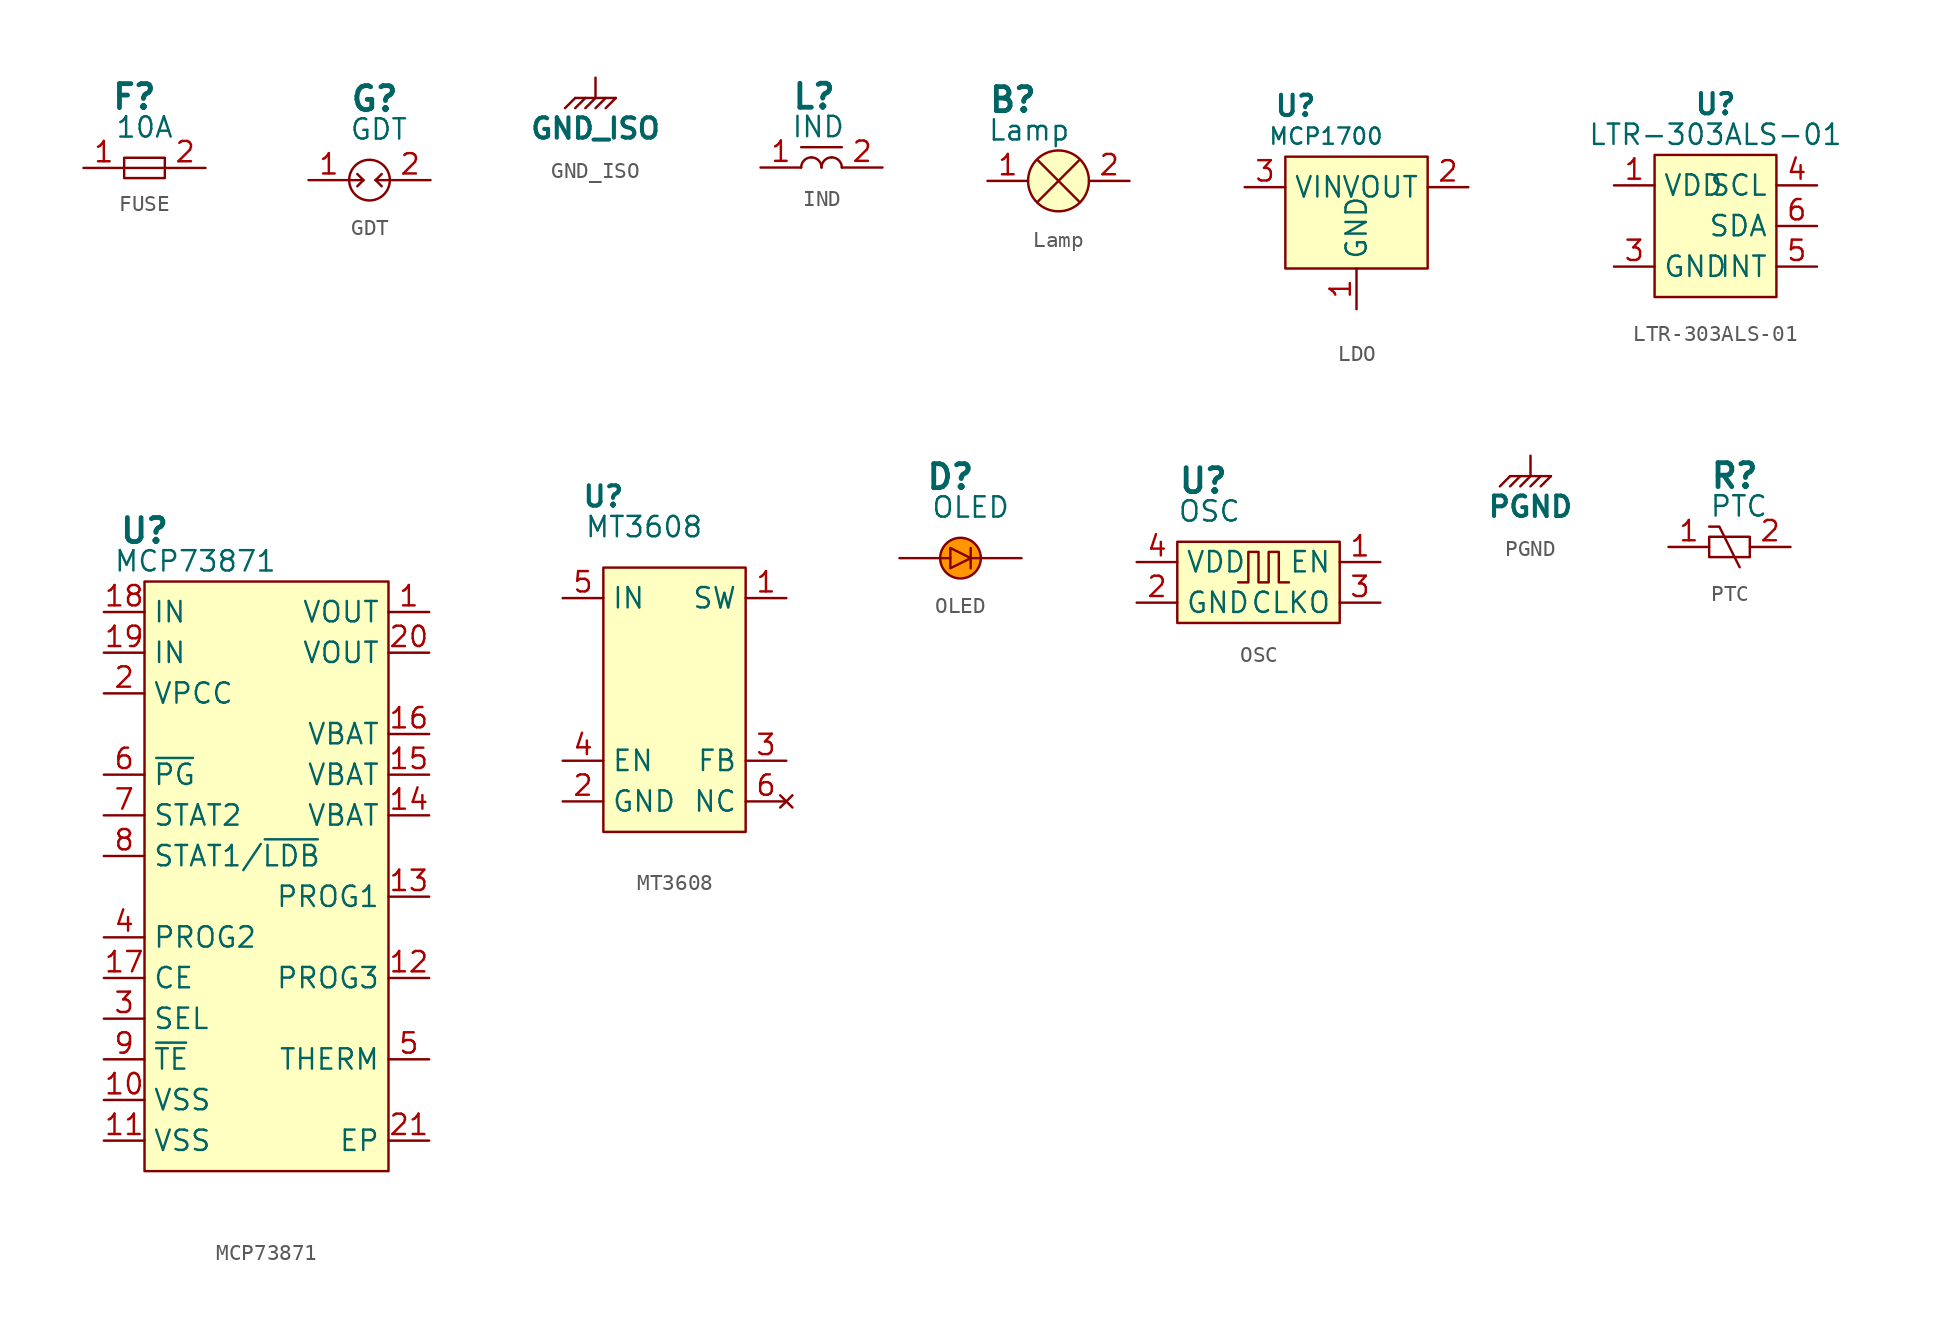
<source format=kicad_sym>
(kicad_symbol_lib
  (version 20231120)
  (generator "kicad_symbol_editor")
  (generator_version "8.0")
  (symbol "FUSE"
    (pin_names hide)
    (property "Reference" "F"
      (at 0 1.905 0)
      (effects (font (size 1.5 1.5) (bold yes))))
    (property "Value" "10A"
      (at 0.635 0 0)
      (effects (font (size 1.27 1.27))))
    (symbol "FUSE_0_1"
      (rectangle (start -0.635 -1.905) (end 1.905 -3.175) (stroke (width 0) (type default)) (fill (type none)))
      (polyline (pts (xy 1.905 -2.54) (xy -0.635 -2.54)) (stroke (width 0) (type default)) (fill (type none))))
    (symbol "FUSE_1_1"
      (pin bidirectional line (at -3.175 -2.54 0) (length 2.54) (name "1" (effects (font (size 1.27 1.27)))) (number "1" (effects (font (size 1.27 1.27)))))
      (pin bidirectional line (at 4.445 -2.54 180) (length 2.54) (name "2" (effects (font (size 1.27 1.27)))) (number "2" (effects (font (size 1.27 1.27)))))))
  (symbol "GDT"
    (pin_names hide)
    (property "Reference" "G"
      (at 0 0 0)
      (effects (font (size 1.5 1.5) (bold yes)) (justify left)))
    (property "Value" "GDT"
      (at 0 -1.905 0)
      (effects (font (size 1.27 1.27)) (justify left)))
    (symbol "GDT_0_1"
      (polyline (pts (xy 0 -5.08) (xy 0.889 -5.08)) (stroke (width 0) (type default)) (fill (type none)))
      (polyline (pts (xy 0.889 -5.08) (xy 0.508 -5.461)) (stroke (width 0) (type default)) (fill (type none)))
      (polyline (pts (xy 0.889 -5.08) (xy 0.508 -4.699)) (stroke (width 0) (type default)) (fill (type none)))
      (polyline (pts (xy 1.651 -5.08) (xy 2.032 -4.699)) (stroke (width 0) (type default)) (fill (type none)))
      (polyline (pts (xy 2.032 -5.461) (xy 1.651 -5.08)) (stroke (width 0) (type default)) (fill (type none)))
      (polyline (pts (xy 2.54 -5.08) (xy 1.651 -5.08)) (stroke (width 0) (type default)) (fill (type none))))
    (symbol "GDT_1_1"
      (circle (center 1.27 -5.08) (radius 1.27) (stroke (width 0) (type default)) (fill (type none)))
      (pin passive line (at -2.54 -5.08 0) (length 2.54) (name "1" (effects (font (size 1.27 1.27)))) (number "1" (effects (font (size 1.27 1.27)))))
      (pin passive line (at 5.08 -5.08 180) (length 2.54) (name "2" (effects (font (size 1.27 1.27)))) (number "2" (effects (font (size 1.27 1.27)))))))
  (symbol "GND_ISO"
    (power)
    (pin_names
      (offset 0))
    (property "Reference" "#PWR"
      (at 0 6.35 0)
      (effects (font (size 1.27 1.27)) (hide yes)))
    (property "Value" "GND_ISO"
      (at 0 5.715 0)
      (effects (font (size 1.27 1.27) (bold yes))))
    (symbol "GND_ISO_0_1"
      (polyline (pts (xy -1.27 7.62) (xy -1.905 6.985)) (stroke (width 0) (type default)) (fill (type none)))
      (polyline (pts (xy -1.27 7.62) (xy 1.27 7.62)) (stroke (width 0) (type solid)) (fill (type none)))
      (polyline (pts (xy -0.635 7.62) (xy -1.27 6.985)) (stroke (width 0) (type default)) (fill (type none)))
      (polyline (pts (xy 0 7.62) (xy -0.635 6.985)) (stroke (width 0) (type default)) (fill (type none)))
      (polyline (pts (xy 0 8.89) (xy 0 7.62)) (stroke (width 0) (type solid)) (fill (type none)))
      (polyline (pts (xy 0.635 7.62) (xy 0 6.985)) (stroke (width 0) (type default)) (fill (type none)))
      (polyline (pts (xy 1.27 7.62) (xy 0.635 6.985)) (stroke (width 0) (type default)) (fill (type none))))
    (symbol "GND_ISO_1_1"
      (pin power_in line (at 0 8.89 270) (length 0) hide (name "GND_ISO" (effects (font (size 1.27 1.27)))) (number "1" (effects (font (size 1.27 1.27)))))))
  (symbol "IND"
    (pin_names hide)
    (property "Reference" "L"
      (at -0.635 1.905 0)
      (effects (font (size 1.5 1.5) (bold yes)) (justify left)))
    (property "Value" "IND"
      (at -0.635 0 0)
      (effects (font (size 1.27 1.27)) (justify left)))
    (symbol "IND_0_1"
      (polyline (pts (xy 0 -1.27) (xy 2.54 -1.27)) (stroke (width 0) (type default)) (fill (type none)))
      (arc (start 0.635 -1.905) (mid 0.186 -2.091) (end 0 -2.54) (stroke (width 0) (type default)) (fill (type none)))
      (arc (start 1.27 -2.54) (mid 1.084 -2.091) (end 0.635 -1.905) (stroke (width 0) (type default)) (fill (type none)))
      (arc (start 1.905 -1.905) (mid 1.456 -2.091) (end 1.27 -2.54) (stroke (width 0) (type default)) (fill (type none)))
      (arc (start 2.54 -2.54) (mid 2.354 -2.091) (end 1.905 -1.905) (stroke (width 0) (type default)) (fill (type none))))
    (symbol "IND_1_1"
      (pin bidirectional line (at -2.54 -2.54 0) (length 2.54) (name "1" (effects (font (size 1.27 1.27)))) (number "1" (effects (font (size 1.27 1.27)))))
      (pin bidirectional line (at 5.08 -2.54 180) (length 2.54) (name "2" (effects (font (size 1.27 1.27)))) (number "2" (effects (font (size 1.27 1.27)))))))
  (symbol "Lamp"
    (pin_names hide)
    (property "Reference" "B"
      (at 0 0 0)
      (effects (font (size 1.5 1.5) (bold yes)) (justify left)))
    (property "Value" "Lamp"
      (at 0 -1.905 0)
      (effects (font (size 1.27 1.27)) (justify left)))
    (symbol "Lamp_0_1"
      (polyline (pts (xy 3.175 -3.81) (xy 5.715 -6.35)) (stroke (width 0) (type default)) (fill (type none)))
      (polyline (pts (xy 5.715 -3.81) (xy 3.175 -6.35)) (stroke (width 0) (type default)) (fill (type none))))
    (symbol "Lamp_1_1"
      (circle (center 4.445 -5.08) (radius 1.905) (stroke (width 0) (type default)) (fill (type background)))
      (pin power_in line (at 0 -5.08 0) (length 2.54) (name "1" (effects (font (size 1.27 1.27)))) (number "1" (effects (font (size 1.27 1.27)))))
      (pin power_in line (at 8.89 -5.08 180) (length 2.54) (name "2" (effects (font (size 1.27 1.27)))) (number "2" (effects (font (size 1.27 1.27)))))))
  (symbol "LDO"
    (property "Reference" "U"
      (at 0.635 0 0)
      (effects (font (size 1.27 1.27) (bold yes))))
    (property "Value" "MCP1700"
      (at 2.54 -1.905 0)
      (effects (font (size 1.016 1.016))))
    (symbol "LDO_1_1"
      (rectangle (start 0 -3.175) (end 8.89 -10.16) (stroke (width 0) (type default)) (fill (type background)))
      (pin passive line (at 4.445 -12.7 90) (length 2.54) (name "GND" (effects (font (size 1.27 1.27)))) (number "1" (effects (font (size 1.27 1.27)))))
      (pin power_out line (at 11.43 -5.08 180) (length 2.54) (name "VOUT" (effects (font (size 1.27 1.27)))) (number "2" (effects (font (size 1.27 1.27)))))
      (pin power_in line (at -2.54 -5.08 0) (length 2.54) (name "VIN" (effects (font (size 1.27 1.27)))) (number "3" (effects (font (size 1.27 1.27)))))))
  (symbol "LTR-303ALS-01"
    (property "Reference" "U"
      (at 0 0 0)
      (effects (font (size 1.27 1.27) (bold yes))))
    (property "Value" "LTR-303ALS-01"
      (at 0 -1.905 0)
      (effects (font (size 1.27 1.27))))
    (symbol "LTR-303ALS-01_1_1"
      (rectangle (start -3.81 -3.175) (end 3.81 -12.065) (stroke (width 0) (type default)) (fill (type background)))
      (pin power_in line (at -6.35 -5.08 0) (length 2.54) (name "VDD" (effects (font (size 1.27 1.27)))) (number "1" (effects (font (size 1.27 1.27)))))
      (pin no_connect line (at -6.35 -7.62 0) (length 2.54) hide (name "NC" (effects (font (size 1.27 1.27)))) (number "2" (effects (font (size 1.27 1.27)))))
      (pin passive line (at -6.35 -10.16 0) (length 2.54) (name "GND" (effects (font (size 1.27 1.27)))) (number "3" (effects (font (size 1.27 1.27)))))
      (pin input line (at 6.35 -5.08 180) (length 2.54) (name "SCL" (effects (font (size 1.27 1.27)))) (number "4" (effects (font (size 1.27 1.27)))))
      (pin output line (at 6.35 -10.16 180) (length 2.54) (name "INT" (effects (font (size 1.27 1.27)))) (number "5" (effects (font (size 1.27 1.27)))))
      (pin bidirectional line (at 6.35 -7.62 180) (length 2.54) (name "SDA" (effects (font (size 1.27 1.27)))) (number "6" (effects (font (size 1.27 1.27)))))))
  (symbol "MCP73871"
    (property "Reference" "U"
      (at 0 3.175 0)
      (effects (font (size 1.5 1.5) (bold yes))))
    (property "Value" "MCP73871"
      (at 3.175 1.27 0)
      (effects (font (size 1.27 1.27))))
    (symbol "MCP73871_1_1"
      (rectangle (start 0 0) (end 15.24 -36.83) (stroke (width 0) (type default)) (fill (type background)))
      (pin power_out line (at 17.78 -1.905 180) (length 2.54) (name "VOUT" (effects (font (size 1.27 1.27)))) (number "1" (effects (font (size 1.27 1.27)))))
      (pin passive line (at -2.54 -32.385 0) (length 2.54) (name "VSS" (effects (font (size 1.27 1.27)))) (number "10" (effects (font (size 1.27 1.27)))))
      (pin passive line (at -2.54 -34.925 0) (length 2.54) (name "VSS" (effects (font (size 1.27 1.27)))) (number "11" (effects (font (size 1.27 1.27)))))
      (pin input line (at 17.78 -24.765 180) (length 2.54) (name "PROG3" (effects (font (size 1.27 1.27)))) (number "12" (effects (font (size 1.27 1.27)))))
      (pin input line (at 17.78 -19.685 180) (length 2.54) (name "PROG1" (effects (font (size 1.27 1.27)))) (number "13" (effects (font (size 1.27 1.27)))))
      (pin passive line (at 17.78 -14.605 180) (length 2.54) (name "VBAT" (effects (font (size 1.27 1.27)))) (number "14" (effects (font (size 1.27 1.27)))))
      (pin passive line (at 17.78 -12.065 180) (length 2.54) (name "VBAT" (effects (font (size 1.27 1.27)))) (number "15" (effects (font (size 1.27 1.27)))))
      (pin passive line (at 17.78 -9.525 180) (length 2.54) (name "VBAT" (effects (font (size 1.27 1.27)))) (number "16" (effects (font (size 1.27 1.27)))))
      (pin input line (at -2.54 -24.765 0) (length 2.54) (name "CE" (effects (font (size 1.27 1.27)))) (number "17" (effects (font (size 1.27 1.27)))))
      (pin power_in line (at -2.54 -1.905 0) (length 2.54) (name "IN" (effects (font (size 1.27 1.27)))) (number "18" (effects (font (size 1.27 1.27)))))
      (pin power_in line (at -2.54 -4.445 0) (length 2.54) (name "IN" (effects (font (size 1.27 1.27)))) (number "19" (effects (font (size 1.27 1.27)))))
      (pin power_in line (at -2.54 -6.985 0) (length 2.54) (name "VPCC" (effects (font (size 1.27 1.27)))) (number "2" (effects (font (size 1.27 1.27)))))
      (pin power_out line (at 17.78 -4.445 180) (length 2.54) (name "VOUT" (effects (font (size 1.27 1.27)))) (number "20" (effects (font (size 1.27 1.27)))))
      (pin passive line (at 17.78 -34.925 180) (length 2.54) (name "EP" (effects (font (size 1.27 1.27)))) (number "21" (effects (font (size 1.27 1.27)))))
      (pin input line (at -2.54 -27.305 0) (length 2.54) (name "SEL" (effects (font (size 1.27 1.27)))) (number "3" (effects (font (size 1.27 1.27)))))
      (pin input line (at -2.54 -22.225 0) (length 2.54) (name "PROG2" (effects (font (size 1.27 1.27)))) (number "4" (effects (font (size 1.27 1.27)))))
      (pin input line (at 17.78 -29.845 180) (length 2.54) (name "THERM" (effects (font (size 1.27 1.27)))) (number "5" (effects (font (size 1.27 1.27)))))
      (pin output line (at -2.54 -12.065 0) (length 2.54) (name "~{PG}" (effects (font (size 1.27 1.27)))) (number "6" (effects (font (size 1.27 1.27)))))
      (pin output line (at -2.54 -14.605 0) (length 2.54) (name "STAT2" (effects (font (size 1.27 1.27)))) (number "7" (effects (font (size 1.27 1.27)))))
      (pin output line (at -2.54 -17.145 0) (length 2.54) (name "STAT1/~{LDB}" (effects (font (size 1.27 1.27)))) (number "8" (effects (font (size 1.27 1.27)))))
      (pin input line (at -2.54 -29.845 0) (length 2.54) (name "~{TE}" (effects (font (size 1.27 1.27)))) (number "9" (effects (font (size 1.27 1.27)))))))
  (symbol "MT3608"
    (property "Reference" "U"
      (at 0 0 0)
      (effects (font (size 1.27 1.27) (bold yes))))
    (property "Value" "MT3608"
      (at 2.54 -1.905 0)
      (effects (font (size 1.27 1.27))))
    (symbol "MT3608_1_1"
      (rectangle (start 0 -4.445) (end 8.89 -20.955) (stroke (width 0) (type default)) (fill (type background)))
      (pin passive line (at 11.43 -6.35 180) (length 2.54) (name "SW" (effects (font (size 1.27 1.27)))) (number "1" (effects (font (size 1.27 1.27)))))
      (pin passive line (at -2.54 -19.05 0) (length 2.54) (name "GND" (effects (font (size 1.27 1.27)))) (number "2" (effects (font (size 1.27 1.27)))))
      (pin input line (at 11.43 -16.51 180) (length 2.54) (name "FB" (effects (font (size 1.27 1.27)))) (number "3" (effects (font (size 1.27 1.27)))))
      (pin input line (at -2.54 -16.51 0) (length 2.54) (name "EN" (effects (font (size 1.27 1.27)))) (number "4" (effects (font (size 1.27 1.27)))))
      (pin power_in line (at -2.54 -6.35 0) (length 2.54) (name "IN" (effects (font (size 1.27 1.27)))) (number "5" (effects (font (size 1.27 1.27)))))
      (pin no_connect line (at 11.43 -19.05 180) (length 2.54) (name "NC" (effects (font (size 1.27 1.27)))) (number "6" (effects (font (size 1.27 1.27)))))))
  (symbol "OLED"
    (pin_numbers hide)
    (pin_names hide)
    (property "Reference" "D"
      (at 0 0 0)
      (effects (font (size 1.5 1.5) (bold yes))))
    (property "Value" "OLED"
      (at 1.27 -1.905 0)
      (effects (font (size 1.27 1.27))))
    (symbol "OLED_0_1"
      (polyline (pts (xy -0.635 -5.08) (xy 0 -5.08)) (stroke (width 0) (type default)) (fill (type none)))
      (polyline (pts (xy 1.27 -5.08) (xy 1.905 -5.08)) (stroke (width 0) (type default)) (fill (type none)))
      (polyline (pts (xy 1.27 -4.445) (xy 1.27 -5.715)) (stroke (width 0) (type default)) (fill (type none))))
    (symbol "OLED_1_1"
      (polyline (pts (xy 0 -4.445) (xy 0 -5.715) (xy 1.27 -5.08) (xy 0 -4.445)) (stroke (width 0) (type default)) (fill (type none)))
      (circle (center 0.635 -5.08) (radius 1.27) (stroke (width 0) (type default)) (fill (type color) (color 255 150 0 1)))
      (pin bidirectional line (at -3.175 -5.08 0) (length 2.54) (name "A" (effects (font (size 1.27 1.27)))) (number "A" (effects (font (size 1.27 1.27)))))
      (pin bidirectional line (at 4.445 -5.08 180) (length 2.54) (name "K" (effects (font (size 1.27 1.27)))) (number "K" (effects (font (size 1.27 1.27)))))))
  (symbol "OSC"
    (property "Reference" "U"
      (at 0 0 0)
      (effects (font (size 1.5 1.5) (bold yes)) (justify left)))
    (property "Value" "OSC"
      (at 0 -1.905 0)
      (effects (font (size 1.27 1.27)) (justify left)))
    (symbol "OSC_1_1"
      (rectangle (start 0 -3.81) (end 10.16 -8.89) (stroke (width 0) (type default)) (fill (type background)))
      (polyline (pts (xy 3.81 -6.35) (xy 4.445 -6.35) (xy 4.445 -4.445) (xy 5.08 -4.445) (xy 5.08 -6.35) (xy 5.715 -6.35) (xy 5.715 -4.445) (xy 6.35 -4.445) (xy 6.35 -6.35) (xy 6.985 -6.35)) (stroke (width 0) (type default)) (fill (type none)))
      (pin input line (at 12.7 -5.08 180) (length 2.54) (name "EN" (effects (font (size 1.27 1.27)))) (number "1" (effects (font (size 1.27 1.27)))))
      (pin power_in line (at -2.54 -7.62 0) (length 2.54) (name "GND" (effects (font (size 1.27 1.27)))) (number "2" (effects (font (size 1.27 1.27)))))
      (pin output line (at 12.7 -7.62 180) (length 2.54) (name "CLKO" (effects (font (size 1.27 1.27)))) (number "3" (effects (font (size 1.27 1.27)))))
      (pin power_in line (at -2.54 -5.08 0) (length 2.54) (name "VDD" (effects (font (size 1.27 1.27)))) (number "4" (effects (font (size 1.27 1.27)))))))
  (symbol "PGND"
    (power)
    (pin_names
      (offset 0))
    (property "Reference" "#PWR"
      (at 0 -5.08 0)
      (effects (font (size 1.27 1.27)) (hide yes)))
    (property "Value" "PGND"
      (at 0 -3.175 0)
      (effects (font (size 1.27 1.27) (bold yes))))
    (symbol "PGND_0_1"
      (polyline (pts (xy -1.27 -1.27) (xy -1.905 -1.905)) (stroke (width 0) (type default)) (fill (type none)))
      (polyline (pts (xy -1.27 -1.27) (xy 1.27 -1.27)) (stroke (width 0) (type solid)) (fill (type none)))
      (polyline (pts (xy -0.635 -1.27) (xy -1.27 -1.905)) (stroke (width 0) (type default)) (fill (type none)))
      (polyline (pts (xy 0 -1.27) (xy -0.635 -1.905)) (stroke (width 0) (type default)) (fill (type none)))
      (polyline (pts (xy 0 0) (xy 0 -1.27)) (stroke (width 0) (type solid)) (fill (type none)))
      (polyline (pts (xy 0.635 -1.27) (xy 0 -1.905)) (stroke (width 0) (type default)) (fill (type none)))
      (polyline (pts (xy 1.27 -1.27) (xy 0.635 -1.905)) (stroke (width 0) (type default)) (fill (type none))))
    (symbol "PGND_1_1"
      (pin power_in line (at 0 0 90) (length 0) hide (name "PGND" (effects (font (size 1.27 1.27)))) (number "1" (effects (font (size 1.27 1.27)))))))
  (symbol "PTC"
    (pin_names hide)
    (property "Reference" "R"
      (at 0 0 0)
      (effects (font (size 1.5 1.5) (bold yes)) (justify left)))
    (property "Value" "PTC"
      (at 0 -1.905 0)
      (effects (font (size 1.27 1.27)) (justify left)))
    (symbol "PTC_0_1"
      (rectangle (start 0 -3.81) (end 2.54 -5.08) (stroke (width 0) (type default)) (fill (type none)))
      (polyline (pts (xy 0 -3.175) (xy 0.635 -3.175) (xy 1.905 -5.715)) (stroke (width 0) (type default)) (fill (type none))))
    (symbol "PTC_1_1"
      (pin bidirectional line (at -2.54 -4.445 0) (length 2.54) (name "1" (effects (font (size 1.27 1.27)))) (number "1" (effects (font (size 1.27 1.27)))))
      (pin bidirectional line (at 5.08 -4.445 180) (length 2.54) (name "2" (effects (font (size 1.27 1.27)))) (number "2" (effects (font (size 1.27 1.27))))))))
</source>
